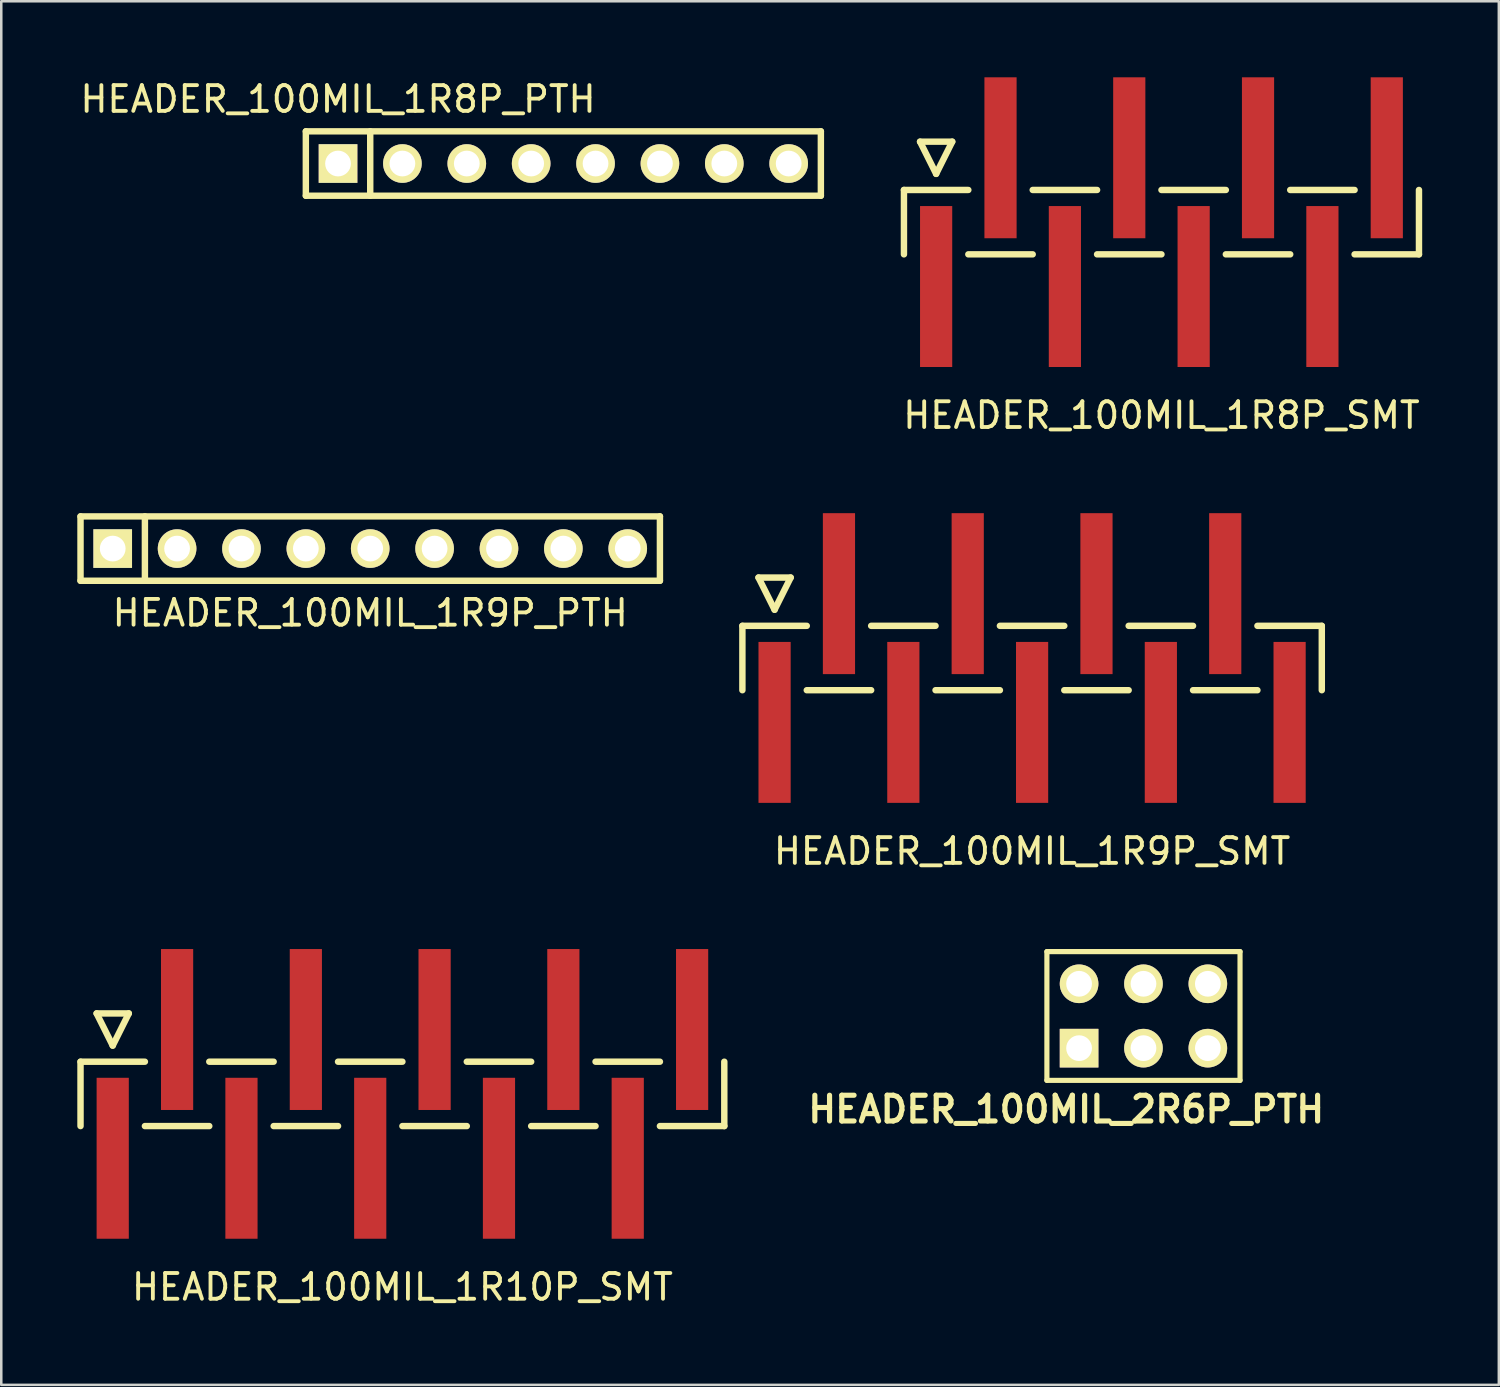
<source format=kicad_pcb>
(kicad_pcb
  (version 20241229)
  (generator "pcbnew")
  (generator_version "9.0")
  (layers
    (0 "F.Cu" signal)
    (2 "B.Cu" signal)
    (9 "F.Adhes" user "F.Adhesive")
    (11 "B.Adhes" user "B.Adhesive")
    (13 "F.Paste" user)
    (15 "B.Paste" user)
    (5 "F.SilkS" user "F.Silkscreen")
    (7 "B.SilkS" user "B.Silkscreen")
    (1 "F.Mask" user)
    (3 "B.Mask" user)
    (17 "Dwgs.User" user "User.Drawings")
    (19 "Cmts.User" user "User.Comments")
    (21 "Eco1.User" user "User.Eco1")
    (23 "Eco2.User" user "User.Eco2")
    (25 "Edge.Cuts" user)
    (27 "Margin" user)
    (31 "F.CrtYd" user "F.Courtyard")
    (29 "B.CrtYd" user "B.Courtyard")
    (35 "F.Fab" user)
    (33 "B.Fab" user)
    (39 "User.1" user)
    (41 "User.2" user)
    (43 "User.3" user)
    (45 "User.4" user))
  (footprint "HEADER_100MIL_1R9P_SMT"
    (layer "F.Cu")
    (at 37.671 22.912)
    (property "Reference" "HEADER_100MIL_1R9P_SMT" (at 0 7.62 0) (layer "F.SilkS") (effects (font (size 1.016 1.016) (thickness 0.152))))
    (attr through_hole)
    (fp_line (start -11.43 -1.27) (end -8.89 -1.27) (stroke (width 0.254) (type solid)) (layer "F.SilkS"))
    (fp_line (start -11.43 1.27) (end -11.43 -1.27) (stroke (width 0.254) (type solid)) (layer "F.SilkS"))
    (fp_line (start -10.795 -3.175) (end -10.16 -1.905) (stroke (width 0.254) (type solid)) (layer "F.SilkS"))
    (fp_line (start -10.16 -1.905) (end -9.525 -3.175) (stroke (width 0.254) (type solid)) (layer "F.SilkS"))
    (fp_line (start -9.525 -3.175) (end -10.795 -3.175) (stroke (width 0.254) (type solid)) (layer "F.SilkS"))
    (fp_line (start -6.35 -1.27) (end -3.81 -1.27) (stroke (width 0.254) (type solid)) (layer "F.SilkS"))
    (fp_line (start -6.35 1.27) (end -8.89 1.27) (stroke (width 0.254) (type solid)) (layer "F.SilkS"))
    (fp_line (start -1.27 -1.27) (end 1.27 -1.27) (stroke (width 0.254) (type solid)) (layer "F.SilkS"))
    (fp_line (start -1.27 1.27) (end -3.81 1.27) (stroke (width 0.254) (type solid)) (layer "F.SilkS"))
    (fp_line (start 3.81 -1.27) (end 6.35 -1.27) (stroke (width 0.254) (type solid)) (layer "F.SilkS"))
    (fp_line (start 3.81 1.27) (end 1.27 1.27) (stroke (width 0.254) (type solid)) (layer "F.SilkS"))
    (fp_line (start 8.89 -1.27) (end 11.43 -1.27) (stroke (width 0.254) (type solid)) (layer "F.SilkS"))
    (fp_line (start 8.89 1.27) (end 6.35 1.27) (stroke (width 0.254) (type solid)) (layer "F.SilkS"))
    (fp_line (start 11.43 -1.27) (end 11.43 1.27) (stroke (width 0.254) (type solid)) (layer "F.SilkS"))
    (pad "1" smd rect (at -10.16 2.54) (size 1.27 6.35) (layers "F.Cu" "F.Mask" "F.Paste"))
    (pad "2" smd rect (at -7.62 -2.54) (size 1.27 6.35) (layers "F.Cu" "F.Mask" "F.Paste"))
    (pad "3" smd rect (at -5.08 2.54) (size 1.27 6.35) (layers "F.Cu" "F.Mask" "F.Paste"))
    (pad "4" smd rect (at -2.54 -2.54) (size 1.27 6.35) (layers "F.Cu" "F.Mask" "F.Paste"))
    (pad "5" smd rect (at 0 2.54) (size 1.27 6.35) (layers "F.Cu" "F.Mask" "F.Paste"))
    (pad "6" smd rect (at 2.54 -2.54) (size 1.27 6.35) (layers "F.Cu" "F.Mask" "F.Paste"))
    (pad "7" smd rect (at 5.08 2.54) (size 1.27 6.35) (layers "F.Cu" "F.Mask" "F.Paste"))
    (pad "8" smd rect (at 7.62 -2.54) (size 1.27 6.35) (layers "F.Cu" "F.Mask" "F.Paste"))
    (pad "9" smd rect (at 10.16 2.54) (size 1.27 6.35) (layers "F.Cu" "F.Mask" "F.Paste")))
  (footprint "HEADER_100MIL_1R10P_SMT"
    (layer "F.Cu")
    (at 12.827 40.109)
    (property "Reference" "HEADER_100MIL_1R10P_SMT" (at 0 7.62 0) (layer "F.SilkS") (effects (font (size 1.016 1.016) (thickness 0.152))))
    (attr through_hole)
    (fp_line (start -12.7 -1.27) (end -10.16 -1.27) (stroke (width 0.254) (type solid)) (layer "F.SilkS"))
    (fp_line (start -12.7 1.27) (end -12.7 -1.27) (stroke (width 0.254) (type solid)) (layer "F.SilkS"))
    (fp_line (start -12.065 -3.175) (end -11.43 -1.905) (stroke (width 0.254) (type solid)) (layer "F.SilkS"))
    (fp_line (start -11.43 -1.905) (end -10.795 -3.175) (stroke (width 0.254) (type solid)) (layer "F.SilkS"))
    (fp_line (start -10.795 -3.175) (end -12.065 -3.175) (stroke (width 0.254) (type solid)) (layer "F.SilkS"))
    (fp_line (start -7.62 -1.27) (end -5.08 -1.27) (stroke (width 0.254) (type solid)) (layer "F.SilkS"))
    (fp_line (start -7.62 1.27) (end -10.16 1.27) (stroke (width 0.254) (type solid)) (layer "F.SilkS"))
    (fp_line (start -2.54 -1.27) (end 0 -1.27) (stroke (width 0.254) (type solid)) (layer "F.SilkS"))
    (fp_line (start -2.54 1.27) (end -5.08 1.27) (stroke (width 0.254) (type solid)) (layer "F.SilkS"))
    (fp_line (start 2.54 -1.27) (end 5.08 -1.27) (stroke (width 0.254) (type solid)) (layer "F.SilkS"))
    (fp_line (start 2.54 1.27) (end 0 1.27) (stroke (width 0.254) (type solid)) (layer "F.SilkS"))
    (fp_line (start 7.62 -1.27) (end 10.16 -1.27) (stroke (width 0.254) (type solid)) (layer "F.SilkS"))
    (fp_line (start 7.62 1.27) (end 5.08 1.27) (stroke (width 0.254) (type solid)) (layer "F.SilkS"))
    (fp_line (start 12.7 -1.27) (end 12.7 1.27) (stroke (width 0.254) (type solid)) (layer "F.SilkS"))
    (fp_line (start 12.7 1.27) (end 10.16 1.27) (stroke (width 0.254) (type solid)) (layer "F.SilkS"))
    (pad "1" smd rect (at -11.43 2.54) (size 1.27 6.35) (layers "F.Cu" "F.Mask" "F.Paste"))
    (pad "2" smd rect (at -8.89 -2.54) (size 1.27 6.35) (layers "F.Cu" "F.Mask" "F.Paste"))
    (pad "3" smd rect (at -6.35 2.54) (size 1.27 6.35) (layers "F.Cu" "F.Mask" "F.Paste"))
    (pad "4" smd rect (at -3.81 -2.54) (size 1.27 6.35) (layers "F.Cu" "F.Mask" "F.Paste"))
    (pad "5" smd rect (at -1.27 2.54) (size 1.27 6.35) (layers "F.Cu" "F.Mask" "F.Paste"))
    (pad "6" smd rect (at 1.27 -2.54) (size 1.27 6.35) (layers "F.Cu" "F.Mask" "F.Paste"))
    (pad "7" smd rect (at 3.81 2.54) (size 1.27 6.35) (layers "F.Cu" "F.Mask" "F.Paste"))
    (pad "8" smd rect (at 6.35 -2.54) (size 1.27 6.35) (layers "F.Cu" "F.Mask" "F.Paste"))
    (pad "9" smd rect (at 8.89 2.54) (size 1.27 6.35) (layers "F.Cu" "F.Mask" "F.Paste"))
    (pad "10" smd rect (at 11.43 -2.54) (size 1.27 6.35) (layers "F.Cu" "F.Mask" "F.Paste")))
  (footprint "HEADER_100MIL_1R8P_SMT"
    (layer "F.Cu")
    (at 42.775 5.715)
    (property "Reference" "HEADER_100MIL_1R8P_SMT" (at 0 7.62 0) (layer "F.SilkS") (effects (font (size 1.016 1.016) (thickness 0.152))))
    (attr through_hole)
    (fp_line (start -10.16 -1.27) (end -7.62 -1.27) (stroke (width 0.254) (type solid)) (layer "F.SilkS"))
    (fp_line (start -10.16 1.27) (end -10.16 -1.27) (stroke (width 0.254) (type solid)) (layer "F.SilkS"))
    (fp_line (start -9.525 -3.175) (end -8.89 -1.905) (stroke (width 0.254) (type solid)) (layer "F.SilkS"))
    (fp_line (start -8.89 -1.905) (end -8.255 -3.175) (stroke (width 0.254) (type solid)) (layer "F.SilkS"))
    (fp_line (start -8.255 -3.175) (end -9.525 -3.175) (stroke (width 0.254) (type solid)) (layer "F.SilkS"))
    (fp_line (start -5.08 -1.27) (end -2.54 -1.27) (stroke (width 0.254) (type solid)) (layer "F.SilkS"))
    (fp_line (start -5.08 1.27) (end -7.62 1.27) (stroke (width 0.254) (type solid)) (layer "F.SilkS"))
    (fp_line (start 0 -1.27) (end 2.54 -1.27) (stroke (width 0.254) (type solid)) (layer "F.SilkS"))
    (fp_line (start 0 1.27) (end -2.54 1.27) (stroke (width 0.254) (type solid)) (layer "F.SilkS"))
    (fp_line (start 5.08 -1.27) (end 7.62 -1.27) (stroke (width 0.254) (type solid)) (layer "F.SilkS"))
    (fp_line (start 5.08 1.27) (end 2.54 1.27) (stroke (width 0.254) (type solid)) (layer "F.SilkS"))
    (fp_line (start 10.16 -1.27) (end 10.16 1.27) (stroke (width 0.254) (type solid)) (layer "F.SilkS"))
    (fp_line (start 10.16 1.27) (end 7.62 1.27) (stroke (width 0.254) (type solid)) (layer "F.SilkS"))
    (pad "1" smd rect (at -8.89 2.54) (size 1.27 6.35) (layers "F.Cu" "F.Mask" "F.Paste"))
    (pad "2" smd rect (at -6.35 -2.54) (size 1.27 6.35) (layers "F.Cu" "F.Mask" "F.Paste"))
    (pad "3" smd rect (at -3.81 2.54) (size 1.27 6.35) (layers "F.Cu" "F.Mask" "F.Paste"))
    (pad "4" smd rect (at -1.27 -2.54) (size 1.27 6.35) (layers "F.Cu" "F.Mask" "F.Paste"))
    (pad "5" smd rect (at 1.27 2.54) (size 1.27 6.35) (layers "F.Cu" "F.Mask" "F.Paste"))
    (pad "6" smd rect (at 3.81 -2.54) (size 1.27 6.35) (layers "F.Cu" "F.Mask" "F.Paste"))
    (pad "7" smd rect (at 6.35 2.54) (size 1.27 6.35) (layers "F.Cu" "F.Mask" "F.Paste"))
    (pad "8" smd rect (at 8.89 -2.54) (size 1.27 6.35) (layers "F.Cu" "F.Mask" "F.Paste")))
  (footprint "HEADER_100MIL_1R9P_PTH"
    (layer "F.Cu")
    (at 11.557 18.594)
    (property "Reference" "HEADER_100MIL_1R9P_PTH" (at 0 2.54 0) (layer "F.SilkS") (effects (font (size 1.016 1.016) (thickness 0.152))))
    (attr through_hole)
    (fp_line (start -11.43 -1.27) (end 11.43 -1.27) (stroke (width 0.254) (type solid)) (layer "F.SilkS"))
    (fp_line (start -11.43 1.27) (end -11.43 -1.27) (stroke (width 0.254) (type solid)) (layer "F.SilkS"))
    (fp_line (start -8.89 -1.27) (end -8.89 1.27) (stroke (width 0.254) (type solid)) (layer "F.SilkS"))
    (fp_line (start 11.43 -1.27) (end 11.43 1.27) (stroke (width 0.254) (type solid)) (layer "F.SilkS"))
    (fp_line (start 11.43 1.27) (end -11.43 1.27) (stroke (width 0.254) (type solid)) (layer "F.SilkS"))
    (pad "1" thru_hole rect (at -10.16 0) (size 1.524 1.524) (drill 1.016) (layers "*.Cu" "*.Mask" "F.SilkS"))
    (pad "2" thru_hole circle (at -7.62 0) (size 1.524 1.524) (drill 1.016) (layers "*.Cu" "*.Mask" "F.SilkS"))
    (pad "3" thru_hole circle (at -5.08 0) (size 1.524 1.524) (drill 1.016) (layers "*.Cu" "*.Mask" "F.SilkS"))
    (pad "4" thru_hole circle (at -2.54 0) (size 1.524 1.524) (drill 1.016) (layers "*.Cu" "*.Mask" "F.SilkS"))
    (pad "5" thru_hole circle (at 0 0) (size 1.524 1.524) (drill 1.016) (layers "*.Cu" "*.Mask" "F.SilkS"))
    (pad "6" thru_hole circle (at 2.54 0) (size 1.524 1.524) (drill 1.016) (layers "*.Cu" "*.Mask" "F.SilkS"))
    (pad "7" thru_hole circle (at 5.08 0) (size 1.524 1.524) (drill 1.016) (layers "*.Cu" "*.Mask" "F.SilkS"))
    (pad "8" thru_hole circle (at 7.62 0) (size 1.524 1.524) (drill 1.016) (layers "*.Cu" "*.Mask" "F.SilkS"))
    (pad "9" thru_hole circle (at 10.16 0) (size 1.524 1.524) (drill 1.016) (layers "*.Cu" "*.Mask" "F.SilkS")))
  (footprint "HEADER_100MIL_1R8P_PTH"
    (layer "F.Cu")
    (at 19.177 3.402)
    (property "Reference" "HEADER_100MIL_1R8P_PTH" (at -8.89 -2.54 0) (layer "F.SilkS") (effects (font (size 1.016 1.016) (thickness 0.152))))
    (attr through_hole)
    (fp_line (start -10.16 1.27) (end -10.16 -1.27) (stroke (width 0.254) (type solid)) (layer "F.SilkS"))
    (fp_line (start -10.16 1.27) (end 10.16 1.27) (stroke (width 0.254) (type solid)) (layer "F.SilkS"))
    (fp_line (start -7.62 -1.27) (end -7.62 1.27) (stroke (width 0.254) (type solid)) (layer "F.SilkS"))
    (fp_line (start 10.16 -1.27) (end -10.16 -1.27) (stroke (width 0.254) (type solid)) (layer "F.SilkS"))
    (fp_line (start 10.16 -1.27) (end 10.16 1.27) (stroke (width 0.254) (type solid)) (layer "F.SilkS"))
    (pad "1" thru_hole rect (at -8.89 0) (size 1.524 1.524) (drill 1.016) (layers "*.Cu" "*.Mask" "F.SilkS"))
    (pad "2" thru_hole circle (at -6.35 0) (size 1.524 1.524) (drill 1.016) (layers "*.Cu" "*.Mask" "F.SilkS"))
    (pad "3" thru_hole circle (at -3.81 0) (size 1.524 1.524) (drill 1.016) (layers "*.Cu" "*.Mask" "F.SilkS"))
    (pad "4" thru_hole circle (at -1.27 0) (size 1.524 1.524) (drill 1.016) (layers "*.Cu" "*.Mask" "F.SilkS"))
    (pad "5" thru_hole circle (at 1.27 0) (size 1.524 1.524) (drill 1.016) (layers "*.Cu" "*.Mask" "F.SilkS"))
    (pad "6" thru_hole circle (at 3.81 0) (size 1.524 1.524) (drill 1.016) (layers "*.Cu" "*.Mask" "F.SilkS"))
    (pad "7" thru_hole circle (at 6.35 0) (size 1.524 1.524) (drill 1.016) (layers "*.Cu" "*.Mask" "F.SilkS"))
    (pad "8" thru_hole circle (at 8.89 0) (size 1.524 1.524) (drill 1.016) (layers "*.Cu" "*.Mask" "F.SilkS")))
  (footprint "HEADER_100MIL_2R6P_PTH"
    (layer "F.Cu")
    (at 42.065 37.035)
    (property "Reference" "HEADER_100MIL_2R6P_PTH" (at -3.048 3.683 0) (layer "F.SilkS") (effects (font (size 1.016 1.016) (thickness 0.203))))
    (attr through_hole)
    (fp_line (start -3.81 -2.54) (end 3.81 -2.54) (stroke (width 0.203) (type solid)) (layer "F.SilkS"))
    (fp_line (start -3.81 2.54) (end -3.81 -2.54) (stroke (width 0.203) (type solid)) (layer "F.SilkS"))
    (fp_line (start 3.81 -2.54) (end 3.81 2.54) (stroke (width 0.203) (type solid)) (layer "F.SilkS"))
    (fp_line (start 3.81 2.54) (end -3.81 2.54) (stroke (width 0.203) (type solid)) (layer "F.SilkS"))
    (pad "1" thru_hole rect (at -2.54 1.27) (size 1.524 1.524) (drill 1.016) (layers "*.Cu" "*.Mask" "F.SilkS"))
    (pad "2" thru_hole circle (at -2.54 -1.27) (size 1.524 1.524) (drill 1.016) (layers "*.Cu" "*.Mask" "F.SilkS"))
    (pad "3" thru_hole circle (at 0 1.27) (size 1.524 1.524) (drill 1.016) (layers "*.Cu" "*.Mask" "F.SilkS"))
    (pad "4" thru_hole circle (at 0 -1.27) (size 1.524 1.524) (drill 1.016) (layers "*.Cu" "*.Mask" "F.SilkS"))
    (pad "5" thru_hole circle (at 2.54 1.27) (size 1.524 1.524) (drill 1.016) (layers "*.Cu" "*.Mask" "F.SilkS"))
    (pad "6" thru_hole circle (at 2.54 -1.27) (size 1.524 1.524) (drill 1.016) (layers "*.Cu" "*.Mask" "F.SilkS")))
  (gr_rect
    (start -3 -3)
    (end 56.086 51.59)
    (stroke (width 0.1) (type default))
    (fill no)
    (layer "Edge.Cuts")))
</source>
